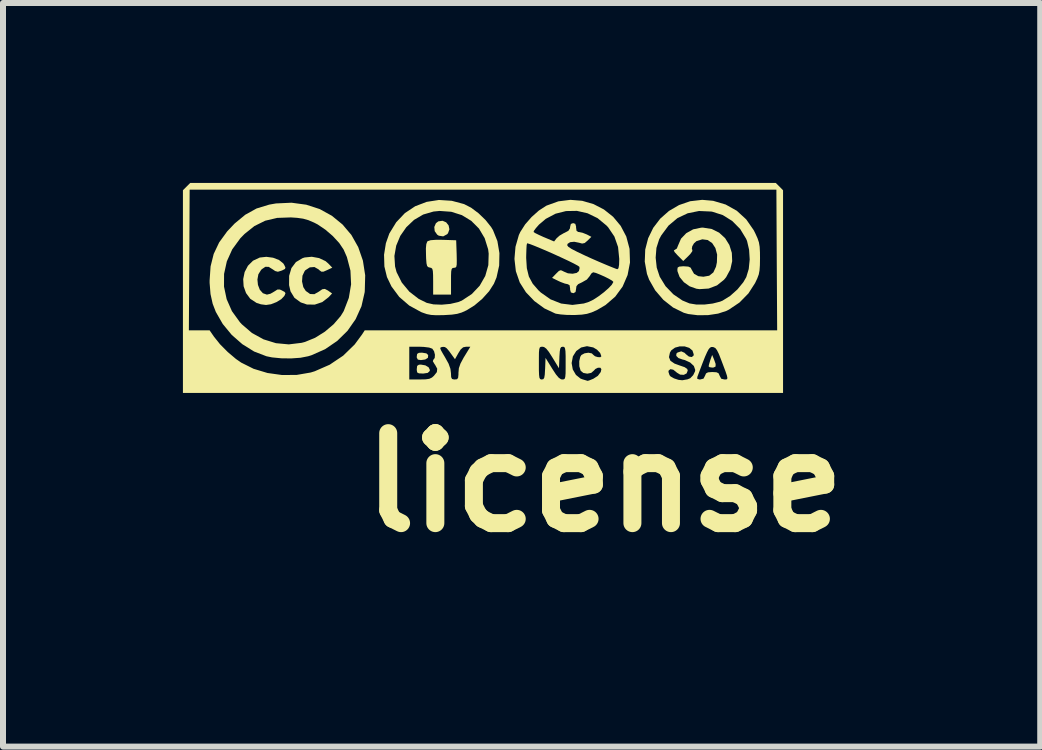
<source format=kicad_pcb>
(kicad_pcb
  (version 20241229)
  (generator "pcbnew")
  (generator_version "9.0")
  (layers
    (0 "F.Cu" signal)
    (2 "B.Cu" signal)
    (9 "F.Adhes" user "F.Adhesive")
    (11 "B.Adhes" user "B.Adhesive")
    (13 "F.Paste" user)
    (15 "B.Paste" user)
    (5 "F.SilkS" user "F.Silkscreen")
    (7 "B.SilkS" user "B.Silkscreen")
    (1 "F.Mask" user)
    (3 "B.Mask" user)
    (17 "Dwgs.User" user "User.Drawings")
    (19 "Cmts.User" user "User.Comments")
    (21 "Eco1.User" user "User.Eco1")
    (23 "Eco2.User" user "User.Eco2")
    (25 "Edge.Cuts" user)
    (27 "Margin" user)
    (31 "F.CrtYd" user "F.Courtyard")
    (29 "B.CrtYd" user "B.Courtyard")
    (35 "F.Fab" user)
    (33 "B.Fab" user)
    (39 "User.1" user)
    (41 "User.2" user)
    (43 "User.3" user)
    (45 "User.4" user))
  (footprint "license"
    (layer "F.Cu")
    (at 4.991 1.738)
    (property "Reference" "license" (at 2.039 3.256 180) (layer "F.SilkS") (effects (font (size 1.5 1.5) (thickness 0.3))))
    (attr board_only exclude_from_pos_files exclude_from_bom)
    (fp_poly (pts (xy -0.931 1.104) (xy -0.902 1.132) (xy -0.906 1.177) (xy -0.951 1.206) (xy -1.024 1.216) (xy -1.074 1.208) (xy -1.092 1.175) (xy -1.092 1.155) (xy -1.086 1.113) (xy -1.057 1.095) (xy -1.005 1.092)) (stroke (width 0) (type solid)) (fill yes) (layer "F.SilkS"))
    (fp_poly (pts (xy 3.864 1.204) (xy 3.891 1.28) (xy 3.89 1.323) (xy 3.859 1.339) (xy 3.836 1.341) (xy 3.789 1.334) (xy 3.774 1.32) (xy 3.782 1.284) (xy 3.8 1.224) (xy 3.803 1.214) (xy 3.833 1.13)) (stroke (width 0) (type solid)) (fill yes) (layer "F.SilkS"))
    (fp_poly (pts (xy -0.602 -1.081) (xy -0.561 -1.029) (xy -0.548 -0.965) (xy -0.571 -0.9) (xy -0.585 -0.883) (xy -0.651 -0.847) (xy -0.724 -0.858) (xy -0.751 -0.875) (xy -0.793 -0.934) (xy -0.8 -1.003) (xy -0.773 -1.066) (xy -0.733 -1.097) (xy -0.662 -1.107)) (stroke (width 0) (type solid)) (fill yes) (layer "F.SilkS"))
    (fp_poly (pts (xy -0.948 1.304) (xy -0.894 1.337) (xy -0.873 1.381) (xy -0.877 1.399) (xy -0.909 1.429) (xy -0.981 1.44) (xy -0.992 1.44) (xy -1.056 1.437) (xy -1.085 1.422) (xy -1.092 1.382) (xy -1.092 1.366) (xy -1.086 1.313) (xy -1.057 1.293) (xy -1.023 1.291)) (stroke (width 0) (type solid)) (fill yes) (layer "F.SilkS"))
    (fp_poly (pts (xy -0.654 -0.789) (xy -0.435 -0.782) (xy -0.427 -0.552) (xy -0.425 -0.445) (xy -0.426 -0.377) (xy -0.433 -0.341) (xy -0.448 -0.326) (xy -0.471 -0.323) (xy -0.495 -0.319) (xy -0.51 -0.302) (xy -0.518 -0.263) (xy -0.521 -0.191) (xy -0.521 -0.099) (xy -0.521 0.124) (xy -0.67 0.124) (xy -0.819 0.124) (xy -0.819 -0.098) (xy -0.82 -0.203) (xy -0.824 -0.269) (xy -0.833 -0.305) (xy -0.85 -0.321) (xy -0.875 -0.327) (xy -0.903 -0.335) (xy -0.92 -0.355) (xy -0.93 -0.398) (xy -0.936 -0.474) (xy -0.938 -0.536) (xy -0.94 -0.647) (xy -0.933 -0.718) (xy -0.918 -0.758) (xy -0.91 -0.767) (xy -0.861 -0.783) (xy -0.766 -0.79)) (stroke (width 0) (type solid)) (fill yes) (layer "F.SilkS"))
    (fp_poly (pts (xy -2.721 -0.485) (xy -2.613 -0.434) (xy -2.57 -0.397) (xy -2.501 -0.325) (xy -2.588 -0.284) (xy -2.646 -0.259) (xy -2.682 -0.258) (xy -2.717 -0.284) (xy -2.73 -0.297) (xy -2.799 -0.336) (xy -2.876 -0.33) (xy -2.95 -0.282) (xy -2.961 -0.269) (xy -2.998 -0.191) (xy -3.005 -0.095) (xy -2.984 -0.001) (xy -2.943 0.063) (xy -2.871 0.114) (xy -2.8 0.117) (xy -2.724 0.074) (xy -2.668 0.035) (xy -2.625 0.029) (xy -2.575 0.055) (xy -2.561 0.065) (xy -2.504 0.105) (xy -2.562 0.167) (xy -2.668 0.249) (xy -2.793 0.291) (xy -2.924 0.289) (xy -3.027 0.254) (xy -3.132 0.177) (xy -3.197 0.07) (xy -3.221 -0.033) (xy -3.22 -0.189) (xy -3.182 -0.318) (xy -3.107 -0.418) (xy -2.998 -0.483) (xy -2.962 -0.495) (xy -2.843 -0.507)) (stroke (width 0) (type solid)) (fill yes) (layer "F.SilkS"))
    (fp_poly (pts (xy -3.488 -0.491) (xy -3.389 -0.453) (xy -3.318 -0.396) (xy -3.303 -0.373) (xy -3.282 -0.329) (xy -3.289 -0.304) (xy -3.331 -0.282) (xy -3.351 -0.274) (xy -3.408 -0.257) (xy -3.453 -0.269) (xy -3.491 -0.295) (xy -3.56 -0.338) (xy -3.616 -0.34) (xy -3.675 -0.3) (xy -3.688 -0.287) (xy -3.733 -0.215) (xy -3.749 -0.127) (xy -3.74 -0.037) (xy -3.709 0.043) (xy -3.658 0.101) (xy -3.592 0.124) (xy -3.589 0.124) (xy -3.53 0.109) (xy -3.468 0.073) (xy -3.416 0.04) (xy -3.373 0.04) (xy -3.346 0.052) (xy -3.296 0.079) (xy -3.281 0.1) (xy -3.293 0.132) (xy -3.301 0.147) (xy -3.351 0.2) (xy -3.431 0.249) (xy -3.523 0.285) (xy -3.605 0.297) (xy -3.69 0.286) (xy -3.763 0.263) (xy -3.868 0.194) (xy -3.939 0.098) (xy -3.979 -0.015) (xy -3.986 -0.134) (xy -3.962 -0.252) (xy -3.907 -0.357) (xy -3.823 -0.441) (xy -3.71 -0.494) (xy -3.6 -0.506)) (stroke (width 0) (type solid)) (fill yes) (layer "F.SilkS"))
    (fp_poly (pts (xy 3.826 -0.97) (xy 3.949 -0.909) (xy 4.049 -0.817) (xy 4.12 -0.703) (xy 4.161 -0.572) (xy 4.167 -0.434) (xy 4.136 -0.296) (xy 4.066 -0.166) (xy 4.031 -0.124) (xy 3.914 -0.03) (xy 3.775 0.023) (xy 3.622 0.033) (xy 3.571 0.026) (xy 3.458 -0.014) (xy 3.361 -0.083) (xy 3.29 -0.17) (xy 3.255 -0.265) (xy 3.253 -0.292) (xy 3.258 -0.327) (xy 3.285 -0.343) (xy 3.344 -0.348) (xy 3.363 -0.348) (xy 3.436 -0.343) (xy 3.474 -0.325) (xy 3.488 -0.298) (xy 3.531 -0.223) (xy 3.603 -0.183) (xy 3.687 -0.174) (xy 3.784 -0.191) (xy 3.853 -0.246) (xy 3.897 -0.341) (xy 3.912 -0.414) (xy 3.916 -0.543) (xy 3.887 -0.652) (xy 3.833 -0.735) (xy 3.758 -0.786) (xy 3.669 -0.798) (xy 3.572 -0.768) (xy 3.53 -0.731) (xy 3.501 -0.681) (xy 3.494 -0.637) (xy 3.504 -0.619) (xy 3.5 -0.596) (xy 3.468 -0.552) (xy 3.438 -0.521) (xy 3.351 -0.436) (xy 3.259 -0.528) (xy 3.207 -0.585) (xy 3.194 -0.614) (xy 3.208 -0.621) (xy 3.244 -0.644) (xy 3.265 -0.696) (xy 3.314 -0.809) (xy 3.401 -0.9) (xy 3.516 -0.964) (xy 3.65 -0.992) (xy 3.68 -0.993)) (stroke (width 0) (type solid)) (fill yes) (layer "F.SilkS"))
    (fp_poly (pts (xy -0.508 -1.44) (xy -0.303 -1.385) (xy -0.186 -1.325) (xy -0.062 -1.232) (xy 0.054 -1.12) (xy 0.148 -1.002) (xy 0.179 -0.951) (xy 0.252 -0.769) (xy 0.286 -0.568) (xy 0.282 -0.361) (xy 0.238 -0.163) (xy 0.194 -0.057) (xy 0.114 0.068) (xy 0.000286 0.194) (xy -0.131 0.305) (xy -0.264 0.387) (xy -0.344 0.423) (xy -0.419 0.445) (xy -0.507 0.458) (xy -0.625 0.465) (xy -0.645 0.466) (xy -0.765 0.468) (xy -0.853 0.463) (xy -0.925 0.449) (xy -0.997 0.424) (xy -1.02 0.415) (xy -1.217 0.307) (xy -1.384 0.163) (xy -1.514 -0.012) (xy -1.589 -0.168) (xy -1.632 -0.345) (xy -1.637 -0.52) (xy -1.465 -0.52) (xy -1.454 -0.345) (xy -1.429 -0.251) (xy -1.342 -0.077) (xy -1.216 0.075) (xy -1.059 0.196) (xy -0.925 0.262) (xy -0.813 0.287) (xy -0.676 0.292) (xy -0.533 0.279) (xy -0.403 0.249) (xy -0.341 0.224) (xy -0.175 0.115) (xy -0.043 -0.024) (xy 0.05 -0.187) (xy 0.101 -0.367) (xy 0.107 -0.559) (xy 0.098 -0.631) (xy 0.04 -0.817) (xy -0.055 -0.977) (xy -0.184 -1.106) (xy -0.34 -1.201) (xy -0.517 -1.257) (xy -0.711 -1.271) (xy -0.813 -1.261) (xy -0.985 -1.211) (xy -1.137 -1.122) (xy -1.266 -1) (xy -1.367 -0.855) (xy -1.435 -0.692) (xy -1.465 -0.52) (xy -1.637 -0.52) (xy -1.638 -0.539) (xy -1.607 -0.733) (xy -1.55 -0.894) (xy -1.435 -1.082) (xy -1.29 -1.235) (xy -1.119 -1.349) (xy -0.928 -1.422) (xy -0.723 -1.454)) (stroke (width 0) (type solid)) (fill yes) (layer "F.SilkS"))
    (fp_poly (pts (xy 3.849 -1.44) (xy 4.058 -1.378) (xy 4.244 -1.274) (xy 4.401 -1.13) (xy 4.526 -0.95) (xy 4.554 -0.894) (xy 4.59 -0.814) (xy 4.613 -0.746) (xy 4.625 -0.674) (xy 4.63 -0.581) (xy 4.631 -0.484) (xy 4.629 -0.365) (xy 4.623 -0.28) (xy 4.61 -0.212) (xy 4.585 -0.145) (xy 4.549 -0.069) (xy 4.438 0.104) (xy 4.289 0.256) (xy 4.113 0.374) (xy 4.072 0.395) (xy 3.932 0.441) (xy 3.766 0.466) (xy 3.594 0.468) (xy 3.434 0.448) (xy 3.36 0.427) (xy 3.181 0.339) (xy 3.019 0.211) (xy 2.883 0.053) (xy 2.782 -0.125) (xy 2.746 -0.222) (xy 2.709 -0.427) (xy 2.712 -0.492) (xy 2.891 -0.492) (xy 2.909 -0.325) (xy 2.959 -0.174) (xy 3.056 -0.016) (xy 3.186 0.119) (xy 3.337 0.222) (xy 3.455 0.271) (xy 3.566 0.289) (xy 3.702 0.29) (xy 3.842 0.273) (xy 3.964 0.242) (xy 4.006 0.225) (xy 4.133 0.146) (xy 4.254 0.038) (xy 4.353 -0.083) (xy 4.402 -0.168) (xy 4.443 -0.303) (xy 4.459 -0.461) (xy 4.449 -0.623) (xy 4.415 -0.769) (xy 4.399 -0.807) (xy 4.3 -0.97) (xy 4.167 -1.104) (xy 4.01 -1.202) (xy 3.835 -1.258) (xy 3.817 -1.261) (xy 3.614 -1.27) (xy 3.425 -1.232) (xy 3.254 -1.151) (xy 3.106 -1.027) (xy 2.985 -0.864) (xy 2.95 -0.799) (xy 2.904 -0.655) (xy 2.891 -0.492) (xy 2.712 -0.492) (xy 2.717 -0.627) (xy 2.766 -0.816) (xy 2.851 -0.99) (xy 2.968 -1.143) (xy 3.113 -1.271) (xy 3.281 -1.369) (xy 3.467 -1.433) (xy 3.668 -1.456)) (stroke (width 0) (type solid)) (fill yes) (layer "F.SilkS"))
    (fp_poly (pts (xy -2.935 -1.375) (xy -2.71 -1.302) (xy -2.507 -1.19) (xy -2.33 -1.045) (xy -2.182 -0.87) (xy -2.068 -0.667) (xy -1.99 -0.442) (xy -1.952 -0.197) (xy -1.959 0.065) (xy -1.961 0.086) (xy -2.014 0.318) (xy -2.111 0.533) (xy -2.247 0.728) (xy -2.418 0.896) (xy -2.62 1.034) (xy -2.848 1.135) (xy -2.903 1.152) (xy -3.031 1.177) (xy -3.186 1.188) (xy -3.351 1.186) (xy -3.505 1.171) (xy -3.598 1.152) (xy -3.804 1.073) (xy -4 0.951) (xy -4.177 0.796) (xy -4.327 0.614) (xy -4.442 0.414) (xy -4.495 0.277) (xy -4.531 0.115) (xy -4.541 -0.009) (xy -4.306 -0.009) (xy -4.262 0.2) (xy -4.174 0.4) (xy -4.041 0.584) (xy -4.01 0.618) (xy -3.84 0.764) (xy -3.647 0.87) (xy -3.44 0.934) (xy -3.226 0.954) (xy -3.012 0.928) (xy -2.955 0.913) (xy -2.787 0.844) (xy -2.624 0.742) (xy -2.478 0.618) (xy -2.361 0.482) (xy -2.31 0.399) (xy -2.225 0.179) (xy -2.187 -0.048) (xy -2.198 -0.276) (xy -2.257 -0.502) (xy -2.312 -0.627) (xy -2.385 -0.736) (xy -2.491 -0.851) (xy -2.615 -0.958) (xy -2.745 -1.046) (xy -2.803 -1.076) (xy -2.899 -1.117) (xy -2.987 -1.142) (xy -3.088 -1.156) (xy -3.191 -1.163) (xy -3.419 -1.155) (xy -3.619 -1.108) (xy -3.799 -1.019) (xy -3.965 -0.886) (xy -4.034 -0.815) (xy -4.169 -0.63) (xy -4.259 -0.43) (xy -4.305 -0.221) (xy -4.306 -0.009) (xy -4.541 -0.009) (xy -4.546 -0.071) (xy -4.546 -0.112) (xy -4.53 -0.346) (xy -4.478 -0.554) (xy -4.387 -0.746) (xy -4.254 -0.929) (xy -4.129 -1.061) (xy -3.951 -1.208) (xy -3.763 -1.312) (xy -3.553 -1.376) (xy -3.44 -1.396) (xy -3.18 -1.408)) (stroke (width 0) (type solid)) (fill yes) (layer "F.SilkS"))
    (fp_poly (pts (xy 1.666 -1.44) (xy 1.855 -1.385) (xy 2.029 -1.295) (xy 2.182 -1.173) (xy 2.308 -1.022) (xy 2.401 -0.845) (xy 2.454 -0.646) (xy 2.456 -0.632) (xy 2.463 -0.411) (xy 2.423 -0.202) (xy 2.34 -0.01) (xy 2.217 0.158) (xy 2.055 0.298) (xy 1.912 0.382) (xy 1.823 0.421) (xy 1.745 0.445) (xy 1.66 0.458) (xy 1.547 0.464) (xy 1.527 0.464) (xy 1.413 0.463) (xy 1.309 0.455) (xy 1.232 0.443) (xy 1.217 0.439) (xy 1.036 0.354) (xy 0.869 0.232) (xy 0.728 0.085) (xy 0.625 -0.078) (xy 0.625 -0.078) (xy 0.56 -0.266) (xy 0.537 -0.469) (xy 0.538 -0.488) (xy 0.732 -0.488) (xy 0.743 -0.316) (xy 0.777 -0.177) (xy 0.841 -0.058) (xy 0.94 0.056) (xy 0.976 0.089) (xy 1.138 0.203) (xy 1.315 0.273) (xy 1.503 0.296) (xy 1.694 0.272) (xy 1.778 0.245) (xy 1.852 0.209) (xy 1.938 0.153) (xy 2.024 0.088) (xy 2.101 0.021) (xy 2.158 -0.038) (xy 2.184 -0.083) (xy 2.185 -0.089) (xy 2.164 -0.109) (xy 2.111 -0.14) (xy 2.039 -0.176) (xy 1.962 -0.21) (xy 1.895 -0.237) (xy 1.85 -0.248) (xy 1.848 -0.248) (xy 1.819 -0.228) (xy 1.791 -0.184) (xy 1.744 -0.127) (xy 1.665 -0.082) (xy 1.663 -0.081) (xy 1.599 -0.05) (xy 1.57 -0.016) (xy 1.564 0.029) (xy 1.555 0.081) (xy 1.523 0.099) (xy 1.515 0.099) (xy 1.478 0.088) (xy 1.465 0.044) (xy 1.465 0.025) (xy 1.456 -0.032) (xy 1.425 -0.05) (xy 1.423 -0.05) (xy 1.377 -0.06) (xy 1.307 -0.086) (xy 1.272 -0.102) (xy 1.164 -0.155) (xy 1.232 -0.226) (xy 1.278 -0.271) (xy 1.311 -0.283) (xy 1.347 -0.267) (xy 1.357 -0.261) (xy 1.428 -0.231) (xy 1.507 -0.224) (xy 1.575 -0.238) (xy 1.611 -0.268) (xy 1.623 -0.318) (xy 1.618 -0.341) (xy 1.59 -0.36) (xy 1.527 -0.394) (xy 1.436 -0.439) (xy 1.327 -0.49) (xy 1.207 -0.545) (xy 1.085 -0.599) (xy 0.97 -0.648) (xy 0.871 -0.689) (xy 0.796 -0.718) (xy 0.753 -0.731) (xy 0.747 -0.73) (xy 0.74 -0.701) (xy 0.736 -0.633) (xy 0.733 -0.54) (xy 0.732 -0.488) (xy 0.538 -0.488) (xy 0.554 -0.674) (xy 0.61 -0.869) (xy 0.634 -0.92) (xy 0.856 -0.92) (xy 0.882 -0.902) (xy 0.943 -0.872) (xy 1.024 -0.835) (xy 1.032 -0.832) (xy 1.198 -0.762) (xy 1.238 -0.814) (xy 1.288 -0.859) (xy 1.358 -0.9) (xy 1.372 -0.906) (xy 1.436 -0.94) (xy 1.462 -0.98) (xy 1.465 -1.006) (xy 1.477 -1.054) (xy 1.515 -1.068) (xy 1.551 -1.056) (xy 1.564 -1.012) (xy 1.564 -0.993) (xy 1.572 -0.939) (xy 1.601 -0.92) (xy 1.615 -0.919) (xy 1.672 -0.907) (xy 1.74 -0.88) (xy 1.743 -0.879) (xy 1.819 -0.839) (xy 1.756 -0.777) (xy 1.708 -0.736) (xy 1.665 -0.727) (xy 1.613 -0.741) (xy 1.533 -0.757) (xy 1.465 -0.75) (xy 1.423 -0.723) (xy 1.416 -0.699) (xy 1.434 -0.674) (xy 1.488 -0.638) (xy 1.583 -0.589) (xy 1.72 -0.524) (xy 1.819 -0.479) (xy 1.951 -0.421) (xy 2.069 -0.371) (xy 2.164 -0.332) (xy 2.228 -0.307) (xy 2.253 -0.299) (xy 2.271 -0.316) (xy 2.281 -0.373) (xy 2.284 -0.471) (xy 2.264 -0.67) (xy 2.203 -0.844) (xy 2.099 -0.998) (xy 2.071 -1.028) (xy 1.922 -1.151) (xy 1.755 -1.232) (xy 1.578 -1.272) (xy 1.397 -1.269) (xy 1.222 -1.225) (xy 1.059 -1.139) (xy 0.946 -1.043) (xy 0.894 -0.984) (xy 0.861 -0.939) (xy 0.856 -0.92) (xy 0.634 -0.92) (xy 0.637 -0.925) (xy 0.715 -1.047) (xy 0.822 -1.169) (xy 0.943 -1.277) (xy 1.063 -1.355) (xy 1.072 -1.36) (xy 1.269 -1.431) (xy 1.469 -1.456)) (stroke (width 0) (type solid)) (fill yes) (layer "F.SilkS"))
    (fp_poly (pts (xy 4.955 -1.677) (xy 5.015 -1.616) (xy 5.015 0.073) (xy 5.015 1.763) (xy 0.012 1.763) (xy -4.991 1.763) (xy -4.991 0.72) (xy -4.892 0.72) (xy -4.719 0.72) (xy -4.546 0.72) (xy -4.473 0.826) (xy -4.373 0.951) (xy -4.244 1.081) (xy -4.107 1.197) (xy -4.019 1.258) (xy -3.813 1.361) (xy -3.581 1.431) (xy -3.337 1.465) (xy -3.093 1.463) (xy -2.861 1.423) (xy -2.793 1.402) (xy -2.542 1.292) (xy -2.504 1.266) (xy -1.217 1.266) (xy -1.217 1.539) (xy -1.042 1.539) (xy -0.945 1.537) (xy -0.883 1.528) (xy -0.839 1.507) (xy -0.806 1.478) (xy -0.757 1.416) (xy -0.751 1.36) (xy -0.787 1.294) (xy -0.795 1.284) (xy -0.824 1.235) (xy -0.816 1.211) (xy -0.793 1.181) (xy -0.789 1.127) (xy -0.804 1.068) (xy -0.833 1.026) (xy -0.855 1.018) (xy -0.701 1.018) (xy -0.689 1.051) (xy -0.656 1.11) (xy -0.622 1.167) (xy -0.562 1.275) (xy -0.531 1.362) (xy -0.522 1.434) (xy -0.519 1.5) (xy -0.504 1.531) (xy -0.47 1.539) (xy -0.459 1.539) (xy -0.421 1.535) (xy -0.403 1.512) (xy -0.397 1.458) (xy -0.397 1.428) (xy -0.39 1.351) (xy -0.363 1.273) (xy -0.359 1.266) (xy 0.944 1.266) (xy 0.944 1.386) (xy 0.947 1.464) (xy 0.953 1.51) (xy 0.965 1.532) (xy 0.984 1.539) (xy 0.992 1.539) (xy 1.018 1.534) (xy 1.033 1.511) (xy 1.042 1.46) (xy 1.047 1.371) (xy 1.048 1.359) (xy 1.055 1.179) (xy 1.166 1.359) (xy 1.228 1.454) (xy 1.275 1.51) (xy 1.313 1.536) (xy 1.334 1.539) (xy 1.359 1.537) (xy 1.375 1.526) (xy 1.384 1.496) (xy 1.389 1.439) (xy 1.39 1.346) (xy 1.39 1.266) (xy 1.49 1.266) (xy 1.509 1.372) (xy 1.562 1.463) (xy 1.638 1.524) (xy 1.669 1.536) (xy 1.726 1.553) (xy 1.756 1.562) (xy 1.757 1.562) (xy 1.783 1.555) (xy 1.835 1.534) (xy 1.849 1.529) (xy 1.927 1.479) (xy 1.976 1.414) (xy 1.976 1.412) (xy 3.104 1.412) (xy 3.122 1.467) (xy 3.139 1.488) (xy 3.197 1.521) (xy 3.27 1.545) (xy 3.333 1.552) (xy 3.348 1.55) (xy 3.404 1.54) (xy 3.416 1.539) (xy 3.444 1.528) (xy 3.584 1.528) (xy 3.619 1.539) (xy 3.634 1.539) (xy 3.689 1.525) (xy 3.714 1.477) (xy 3.731 1.438) (xy 3.764 1.42) (xy 3.831 1.415) (xy 3.836 1.415) (xy 3.905 1.419) (xy 3.94 1.436) (xy 3.957 1.474) (xy 3.958 1.477) (xy 3.985 1.527) (xy 4.037 1.539) (xy 4.065 1.539) (xy 4.082 1.533) (xy 4.087 1.514) (xy 4.079 1.474) (xy 4.057 1.408) (xy 4.019 1.307) (xy 3.985 1.217) (xy 3.945 1.114) (xy 3.913 1.05) (xy 3.886 1.015) (xy 3.855 1) (xy 3.843 0.998) (xy 3.819 0.998) (xy 3.797 1.009) (xy 3.774 1.036) (xy 3.748 1.085) (xy 3.714 1.161) (xy 3.671 1.27) (xy 3.615 1.418) (xy 3.586 1.496) (xy 3.584 1.528) (xy 3.444 1.528) (xy 3.468 1.518) (xy 3.517 1.467) (xy 3.547 1.405) (xy 3.551 1.38) (xy 3.528 1.314) (xy 3.466 1.256) (xy 3.376 1.215) (xy 3.338 1.206) (xy 3.271 1.182) (xy 3.235 1.146) (xy 3.236 1.109) (xy 3.255 1.09) (xy 3.318 1.07) (xy 3.374 1.095) (xy 3.395 1.117) (xy 3.445 1.157) (xy 3.492 1.165) (xy 3.522 1.143) (xy 3.526 1.121) (xy 3.505 1.057) (xy 3.451 1.012) (xy 3.376 0.988) (xy 3.293 0.987) (xy 3.214 1.008) (xy 3.152 1.053) (xy 3.129 1.091) (xy 3.113 1.167) (xy 3.137 1.227) (xy 3.205 1.274) (xy 3.29 1.305) (xy 3.374 1.334) (xy 3.417 1.363) (xy 3.426 1.39) (xy 3.407 1.438) (xy 3.36 1.462) (xy 3.299 1.458) (xy 3.243 1.424) (xy 3.234 1.415) (xy 3.184 1.376) (xy 3.137 1.367) (xy 3.108 1.39) (xy 3.104 1.412) (xy 1.976 1.412) (xy 1.986 1.367) (xy 1.969 1.343) (xy 1.929 1.343) (xy 1.886 1.364) (xy 1.862 1.39) (xy 1.817 1.429) (xy 1.751 1.442) (xy 1.685 1.43) (xy 1.64 1.393) (xy 1.64 1.392) (xy 1.618 1.319) (xy 1.617 1.234) (xy 1.634 1.161) (xy 1.653 1.131) (xy 1.705 1.103) (xy 1.769 1.093) (xy 1.826 1.104) (xy 1.853 1.13) (xy 1.88 1.152) (xy 1.925 1.166) (xy 1.968 1.168) (xy 1.986 1.153) (xy 1.966 1.098) (xy 1.913 1.042) (xy 1.851 1.005) (xy 1.746 0.984) (xy 1.648 1.006) (xy 1.567 1.065) (xy 1.511 1.154) (xy 1.49 1.265) (xy 1.49 1.266) (xy 1.39 1.266) (xy 1.39 1.147) (xy 1.387 1.068) (xy 1.38 1.022) (xy 1.369 1) (xy 1.35 0.993) (xy 1.342 0.993) (xy 1.316 0.999) (xy 1.301 1.022) (xy 1.292 1.072) (xy 1.286 1.162) (xy 1.286 1.173) (xy 1.279 1.352) (xy 1.17 1.173) (xy 1.111 1.08) (xy 1.067 1.025) (xy 1.03 0.998) (xy 1.003 0.993) (xy 0.977 0.995) (xy 0.96 1.005) (xy 0.95 1.034) (xy 0.945 1.088) (xy 0.944 1.177) (xy 0.944 1.266) (xy -0.359 1.266) (xy -0.311 1.176) (xy -0.298 1.155) (xy -0.199 0.993) (xy -0.269 0.993) (xy -0.319 1.003) (xy -0.36 1.039) (xy -0.397 1.097) (xy -0.455 1.201) (xy -0.495 1.146) (xy -0.553 1.066) (xy -0.592 1.02) (xy -0.622 0.999) (xy -0.652 0.995) (xy -0.665 0.997) (xy -0.692 1.003) (xy -0.701 1.018) (xy -0.855 1.018) (xy -0.886 1.007) (xy -0.975 0.996) (xy -1.048 0.993) (xy -1.217 0.993) (xy -1.217 1.266) (xy -2.504 1.266) (xy -2.319 1.142) (xy -2.128 0.956) (xy -2.004 0.788) (xy -1.96 0.72) (xy 1.478 0.72) (xy 4.917 0.72) (xy 4.91 -0.453) (xy 4.904 -1.626) (xy 0.012 -1.626) (xy -4.879 -1.626) (xy -4.885 -0.453) (xy -4.892 0.72) (xy -4.991 0.72) (xy -4.991 0.073) (xy -4.991 -1.616) (xy -4.93 -1.677) (xy -4.869 -1.738) (xy 0.012 -1.738) (xy 4.894 -1.738)) (stroke (width 0) (type solid)) (fill yes) (layer "F.SilkS")))
  (gr_rect
    (start -3 -3)
    (end 14.294 9.398)
    (stroke (width 0.1) (type default))
    (fill no)
    (layer "Edge.Cuts")))
</source>
